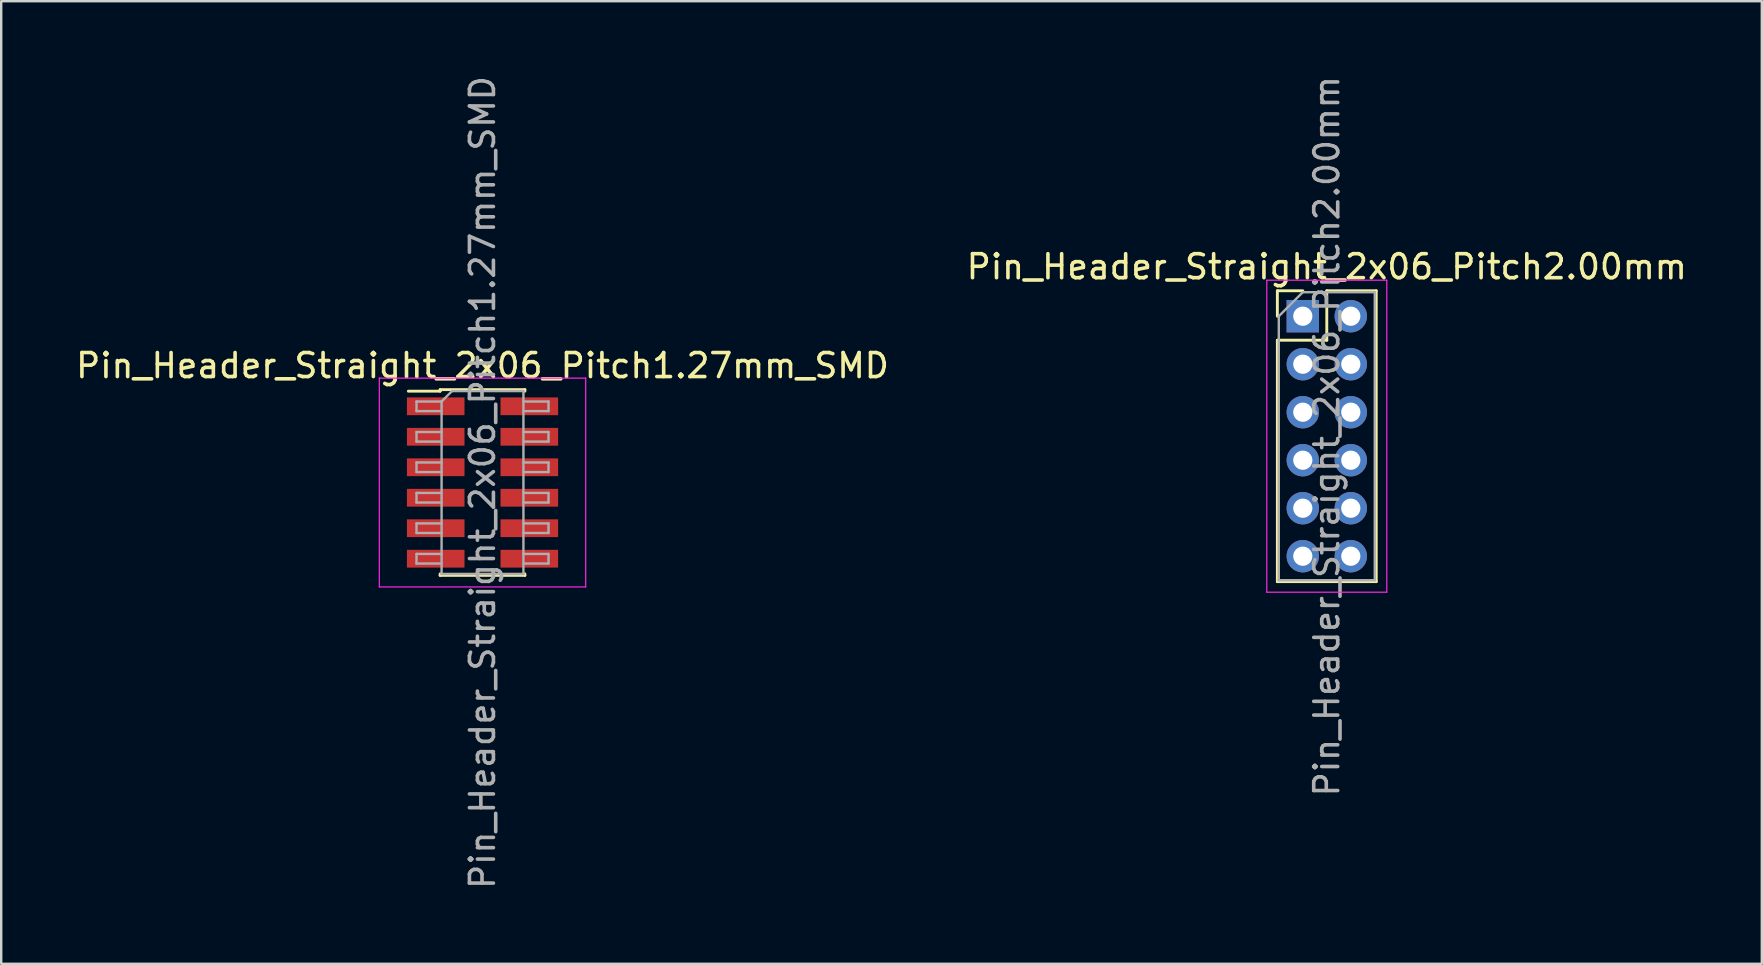
<source format=kicad_pcb>
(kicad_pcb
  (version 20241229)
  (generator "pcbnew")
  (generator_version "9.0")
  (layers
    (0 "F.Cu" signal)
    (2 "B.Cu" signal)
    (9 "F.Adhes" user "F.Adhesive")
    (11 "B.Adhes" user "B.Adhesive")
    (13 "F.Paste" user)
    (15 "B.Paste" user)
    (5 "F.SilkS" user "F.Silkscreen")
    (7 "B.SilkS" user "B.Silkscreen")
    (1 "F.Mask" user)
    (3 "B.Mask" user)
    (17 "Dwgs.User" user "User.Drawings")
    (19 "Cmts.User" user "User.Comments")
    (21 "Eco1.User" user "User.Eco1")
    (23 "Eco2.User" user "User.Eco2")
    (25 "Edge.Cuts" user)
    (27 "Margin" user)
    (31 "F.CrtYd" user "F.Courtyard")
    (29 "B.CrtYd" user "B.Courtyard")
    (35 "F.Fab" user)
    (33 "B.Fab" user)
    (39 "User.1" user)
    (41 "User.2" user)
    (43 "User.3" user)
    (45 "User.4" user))
  (footprint "Pin_Header_Straight_2x06_Pitch2.00mm"
    (layer "F.Cu")
    (at 51.232 10.125)
    (property "Reference" "Pin_Header_Straight_2x06_Pitch2.00mm" (at 1 -2.06 0) (layer "F.SilkS") (effects (font (size 1 1) (thickness 0.15))))
    (attr through_hole)
    (fp_line (start -1.06 -1.06) (end 0 -1.06) (stroke (width 0.12) (type solid)) (layer "F.SilkS"))
    (fp_line (start -1.06 0) (end -1.06 -1.06) (stroke (width 0.12) (type solid)) (layer "F.SilkS"))
    (fp_line (start -1.06 1) (end -1.06 11.06) (stroke (width 0.12) (type solid)) (layer "F.SilkS"))
    (fp_line (start -1.06 1) (end 1 1) (stroke (width 0.12) (type solid)) (layer "F.SilkS"))
    (fp_line (start -1.06 11.06) (end 3.06 11.06) (stroke (width 0.12) (type solid)) (layer "F.SilkS"))
    (fp_line (start 1 -1.06) (end 3.06 -1.06) (stroke (width 0.12) (type solid)) (layer "F.SilkS"))
    (fp_line (start 1 1) (end 1 -1.06) (stroke (width 0.12) (type solid)) (layer "F.SilkS"))
    (fp_line (start 3.06 -1.06) (end 3.06 11.06) (stroke (width 0.12) (type solid)) (layer "F.SilkS"))
    (fp_line (start -1.5 -1.5) (end -1.5 11.5) (stroke (width 0.05) (type solid)) (layer "F.CrtYd"))
    (fp_line (start -1.5 11.5) (end 3.5 11.5) (stroke (width 0.05) (type solid)) (layer "F.CrtYd"))
    (fp_line (start 3.5 -1.5) (end -1.5 -1.5) (stroke (width 0.05) (type solid)) (layer "F.CrtYd"))
    (fp_line (start 3.5 11.5) (end 3.5 -1.5) (stroke (width 0.05) (type solid)) (layer "F.CrtYd"))
    (fp_line (start -1 0) (end 0 -1) (stroke (width 0.1) (type solid)) (layer "F.Fab"))
    (fp_line (start -1 11) (end -1 0) (stroke (width 0.1) (type solid)) (layer "F.Fab"))
    (fp_line (start 0 -1) (end 3 -1) (stroke (width 0.1) (type solid)) (layer "F.Fab"))
    (fp_line (start 3 -1) (end 3 11) (stroke (width 0.1) (type solid)) (layer "F.Fab"))
    (fp_line (start 3 11) (end -1 11) (stroke (width 0.1) (type solid)) (layer "F.Fab"))
    (fp_text user "${REFERENCE}" (at 1 5 90) (layer "F.Fab") (effects (font (size 1 1) (thickness 0.15))))
    (pad "1" thru_hole rect (at 0 0) (size 1.35 1.35) (drill 0.8) (layers "*.Cu" "*.Mask"))
    (pad "2" thru_hole oval (at 2 0) (size 1.35 1.35) (drill 0.8) (layers "*.Cu" "*.Mask"))
    (pad "3" thru_hole oval (at 0 2) (size 1.35 1.35) (drill 0.8) (layers "*.Cu" "*.Mask"))
    (pad "4" thru_hole oval (at 2 2) (size 1.35 1.35) (drill 0.8) (layers "*.Cu" "*.Mask"))
    (pad "5" thru_hole oval (at 0 4) (size 1.35 1.35) (drill 0.8) (layers "*.Cu" "*.Mask"))
    (pad "6" thru_hole oval (at 2 4) (size 1.35 1.35) (drill 0.8) (layers "*.Cu" "*.Mask"))
    (pad "7" thru_hole oval (at 0 6) (size 1.35 1.35) (drill 0.8) (layers "*.Cu" "*.Mask"))
    (pad "8" thru_hole oval (at 2 6) (size 1.35 1.35) (drill 0.8) (layers "*.Cu" "*.Mask"))
    (pad "9" thru_hole oval (at 0 8) (size 1.35 1.35) (drill 0.8) (layers "*.Cu" "*.Mask"))
    (pad "10" thru_hole oval (at 2 8) (size 1.35 1.35) (drill 0.8) (layers "*.Cu" "*.Mask"))
    (pad "11" thru_hole oval (at 0 10) (size 1.35 1.35) (drill 0.8) (layers "*.Cu" "*.Mask"))
    (pad "12" thru_hole oval (at 2 10) (size 1.35 1.35) (drill 0.8) (layers "*.Cu" "*.Mask")))
  (footprint "Pin_Header_Straight_2x06_Pitch1.27mm_SMD"
    (layer "F.Cu")
    (at 17.054 17.054)
    (property "Reference" "Pin_Header_Straight_2x06_Pitch1.27mm_SMD" (at 0 -4.87 0) (layer "F.SilkS") (effects (font (size 1 1) (thickness 0.15))))
    (attr smd)
    (fp_line (start -3.09 -3.805) (end -1.765 -3.805) (stroke (width 0.12) (type solid)) (layer "F.SilkS"))
    (fp_line (start -1.765 -3.87) (end -1.765 -3.805) (stroke (width 0.12) (type solid)) (layer "F.SilkS"))
    (fp_line (start -1.765 -3.87) (end 1.765 -3.87) (stroke (width 0.12) (type solid)) (layer "F.SilkS"))
    (fp_line (start -1.765 3.805) (end -1.765 3.87) (stroke (width 0.12) (type solid)) (layer "F.SilkS"))
    (fp_line (start -1.765 3.87) (end 1.765 3.87) (stroke (width 0.12) (type solid)) (layer "F.SilkS"))
    (fp_line (start 1.765 -3.87) (end 1.765 -3.805) (stroke (width 0.12) (type solid)) (layer "F.SilkS"))
    (fp_line (start 1.765 3.805) (end 1.765 3.87) (stroke (width 0.12) (type solid)) (layer "F.SilkS"))
    (fp_line (start -4.3 -4.35) (end -4.3 4.35) (stroke (width 0.05) (type solid)) (layer "F.CrtYd"))
    (fp_line (start -4.3 4.35) (end 4.3 4.35) (stroke (width 0.05) (type solid)) (layer "F.CrtYd"))
    (fp_line (start 4.3 -4.35) (end -4.3 -4.35) (stroke (width 0.05) (type solid)) (layer "F.CrtYd"))
    (fp_line (start 4.3 4.35) (end 4.3 -4.35) (stroke (width 0.05) (type solid)) (layer "F.CrtYd"))
    (fp_line (start -2.75 -3.375) (end -2.75 -2.975) (stroke (width 0.1) (type solid)) (layer "F.Fab"))
    (fp_line (start -2.75 -2.975) (end -1.705 -2.975) (stroke (width 0.1) (type solid)) (layer "F.Fab"))
    (fp_line (start -2.75 -2.105) (end -2.75 -1.705) (stroke (width 0.1) (type solid)) (layer "F.Fab"))
    (fp_line (start -2.75 -1.705) (end -1.705 -1.705) (stroke (width 0.1) (type solid)) (layer "F.Fab"))
    (fp_line (start -2.75 -0.835) (end -2.75 -0.435) (stroke (width 0.1) (type solid)) (layer "F.Fab"))
    (fp_line (start -2.75 -0.435) (end -1.705 -0.435) (stroke (width 0.1) (type solid)) (layer "F.Fab"))
    (fp_line (start -2.75 0.435) (end -2.75 0.835) (stroke (width 0.1) (type solid)) (layer "F.Fab"))
    (fp_line (start -2.75 0.835) (end -1.705 0.835) (stroke (width 0.1) (type solid)) (layer "F.Fab"))
    (fp_line (start -2.75 1.705) (end -2.75 2.105) (stroke (width 0.1) (type solid)) (layer "F.Fab"))
    (fp_line (start -2.75 2.105) (end -1.705 2.105) (stroke (width 0.1) (type solid)) (layer "F.Fab"))
    (fp_line (start -2.75 2.975) (end -2.75 3.375) (stroke (width 0.1) (type solid)) (layer "F.Fab"))
    (fp_line (start -2.75 3.375) (end -1.705 3.375) (stroke (width 0.1) (type solid)) (layer "F.Fab"))
    (fp_line (start -1.705 -3.375) (end -2.75 -3.375) (stroke (width 0.1) (type solid)) (layer "F.Fab"))
    (fp_line (start -1.705 -3.375) (end -1.27 -3.81) (stroke (width 0.1) (type solid)) (layer "F.Fab"))
    (fp_line (start -1.705 -2.105) (end -2.75 -2.105) (stroke (width 0.1) (type solid)) (layer "F.Fab"))
    (fp_line (start -1.705 -0.835) (end -2.75 -0.835) (stroke (width 0.1) (type solid)) (layer "F.Fab"))
    (fp_line (start -1.705 0.435) (end -2.75 0.435) (stroke (width 0.1) (type solid)) (layer "F.Fab"))
    (fp_line (start -1.705 1.705) (end -2.75 1.705) (stroke (width 0.1) (type solid)) (layer "F.Fab"))
    (fp_line (start -1.705 2.975) (end -2.75 2.975) (stroke (width 0.1) (type solid)) (layer "F.Fab"))
    (fp_line (start -1.705 3.81) (end -1.705 -3.375) (stroke (width 0.1) (type solid)) (layer "F.Fab"))
    (fp_line (start -1.27 -3.81) (end 1.705 -3.81) (stroke (width 0.1) (type solid)) (layer "F.Fab"))
    (fp_line (start 1.705 -3.81) (end 1.705 3.81) (stroke (width 0.1) (type solid)) (layer "F.Fab"))
    (fp_line (start 1.705 -3.375) (end 2.75 -3.375) (stroke (width 0.1) (type solid)) (layer "F.Fab"))
    (fp_line (start 1.705 -2.105) (end 2.75 -2.105) (stroke (width 0.1) (type solid)) (layer "F.Fab"))
    (fp_line (start 1.705 -0.835) (end 2.75 -0.835) (stroke (width 0.1) (type solid)) (layer "F.Fab"))
    (fp_line (start 1.705 0.435) (end 2.75 0.435) (stroke (width 0.1) (type solid)) (layer "F.Fab"))
    (fp_line (start 1.705 1.705) (end 2.75 1.705) (stroke (width 0.1) (type solid)) (layer "F.Fab"))
    (fp_line (start 1.705 2.975) (end 2.75 2.975) (stroke (width 0.1) (type solid)) (layer "F.Fab"))
    (fp_line (start 1.705 3.81) (end -1.705 3.81) (stroke (width 0.1) (type solid)) (layer "F.Fab"))
    (fp_line (start 2.75 -3.375) (end 2.75 -2.975) (stroke (width 0.1) (type solid)) (layer "F.Fab"))
    (fp_line (start 2.75 -2.975) (end 1.705 -2.975) (stroke (width 0.1) (type solid)) (layer "F.Fab"))
    (fp_line (start 2.75 -2.105) (end 2.75 -1.705) (stroke (width 0.1) (type solid)) (layer "F.Fab"))
    (fp_line (start 2.75 -1.705) (end 1.705 -1.705) (stroke (width 0.1) (type solid)) (layer "F.Fab"))
    (fp_line (start 2.75 -0.835) (end 2.75 -0.435) (stroke (width 0.1) (type solid)) (layer "F.Fab"))
    (fp_line (start 2.75 -0.435) (end 1.705 -0.435) (stroke (width 0.1) (type solid)) (layer "F.Fab"))
    (fp_line (start 2.75 0.435) (end 2.75 0.835) (stroke (width 0.1) (type solid)) (layer "F.Fab"))
    (fp_line (start 2.75 0.835) (end 1.705 0.835) (stroke (width 0.1) (type solid)) (layer "F.Fab"))
    (fp_line (start 2.75 1.705) (end 2.75 2.105) (stroke (width 0.1) (type solid)) (layer "F.Fab"))
    (fp_line (start 2.75 2.105) (end 1.705 2.105) (stroke (width 0.1) (type solid)) (layer "F.Fab"))
    (fp_line (start 2.75 2.975) (end 2.75 3.375) (stroke (width 0.1) (type solid)) (layer "F.Fab"))
    (fp_line (start 2.75 3.375) (end 1.705 3.375) (stroke (width 0.1) (type solid)) (layer "F.Fab"))
    (fp_text user "${REFERENCE}" (at 0 0 90) (layer "F.Fab") (effects (font (size 1 1) (thickness 0.15))))
    (pad "1" smd rect (at -1.95 -3.175) (size 2.4 0.74) (layers "F.Cu" "F.Mask" "F.Paste"))
    (pad "2" smd rect (at 1.95 -3.175) (size 2.4 0.74) (layers "F.Cu" "F.Mask" "F.Paste"))
    (pad "3" smd rect (at -1.95 -1.905) (size 2.4 0.74) (layers "F.Cu" "F.Mask" "F.Paste"))
    (pad "4" smd rect (at 1.95 -1.905) (size 2.4 0.74) (layers "F.Cu" "F.Mask" "F.Paste"))
    (pad "5" smd rect (at -1.95 -0.635) (size 2.4 0.74) (layers "F.Cu" "F.Mask" "F.Paste"))
    (pad "6" smd rect (at 1.95 -0.635) (size 2.4 0.74) (layers "F.Cu" "F.Mask" "F.Paste"))
    (pad "7" smd rect (at -1.95 0.635) (size 2.4 0.74) (layers "F.Cu" "F.Mask" "F.Paste"))
    (pad "8" smd rect (at 1.95 0.635) (size 2.4 0.74) (layers "F.Cu" "F.Mask" "F.Paste"))
    (pad "9" smd rect (at -1.95 1.905) (size 2.4 0.74) (layers "F.Cu" "F.Mask" "F.Paste"))
    (pad "10" smd rect (at 1.95 1.905) (size 2.4 0.74) (layers "F.Cu" "F.Mask" "F.Paste"))
    (pad "11" smd rect (at -1.95 3.175) (size 2.4 0.74) (layers "F.Cu" "F.Mask" "F.Paste"))
    (pad "12" smd rect (at 1.95 3.175) (size 2.4 0.74) (layers "F.Cu" "F.Mask" "F.Paste")))
  (gr_rect
    (start -3 -3)
    (end 70.357 37.107)
    (stroke (width 0.1) (type default))
    (fill no)
    (layer "Edge.Cuts")))
</source>
